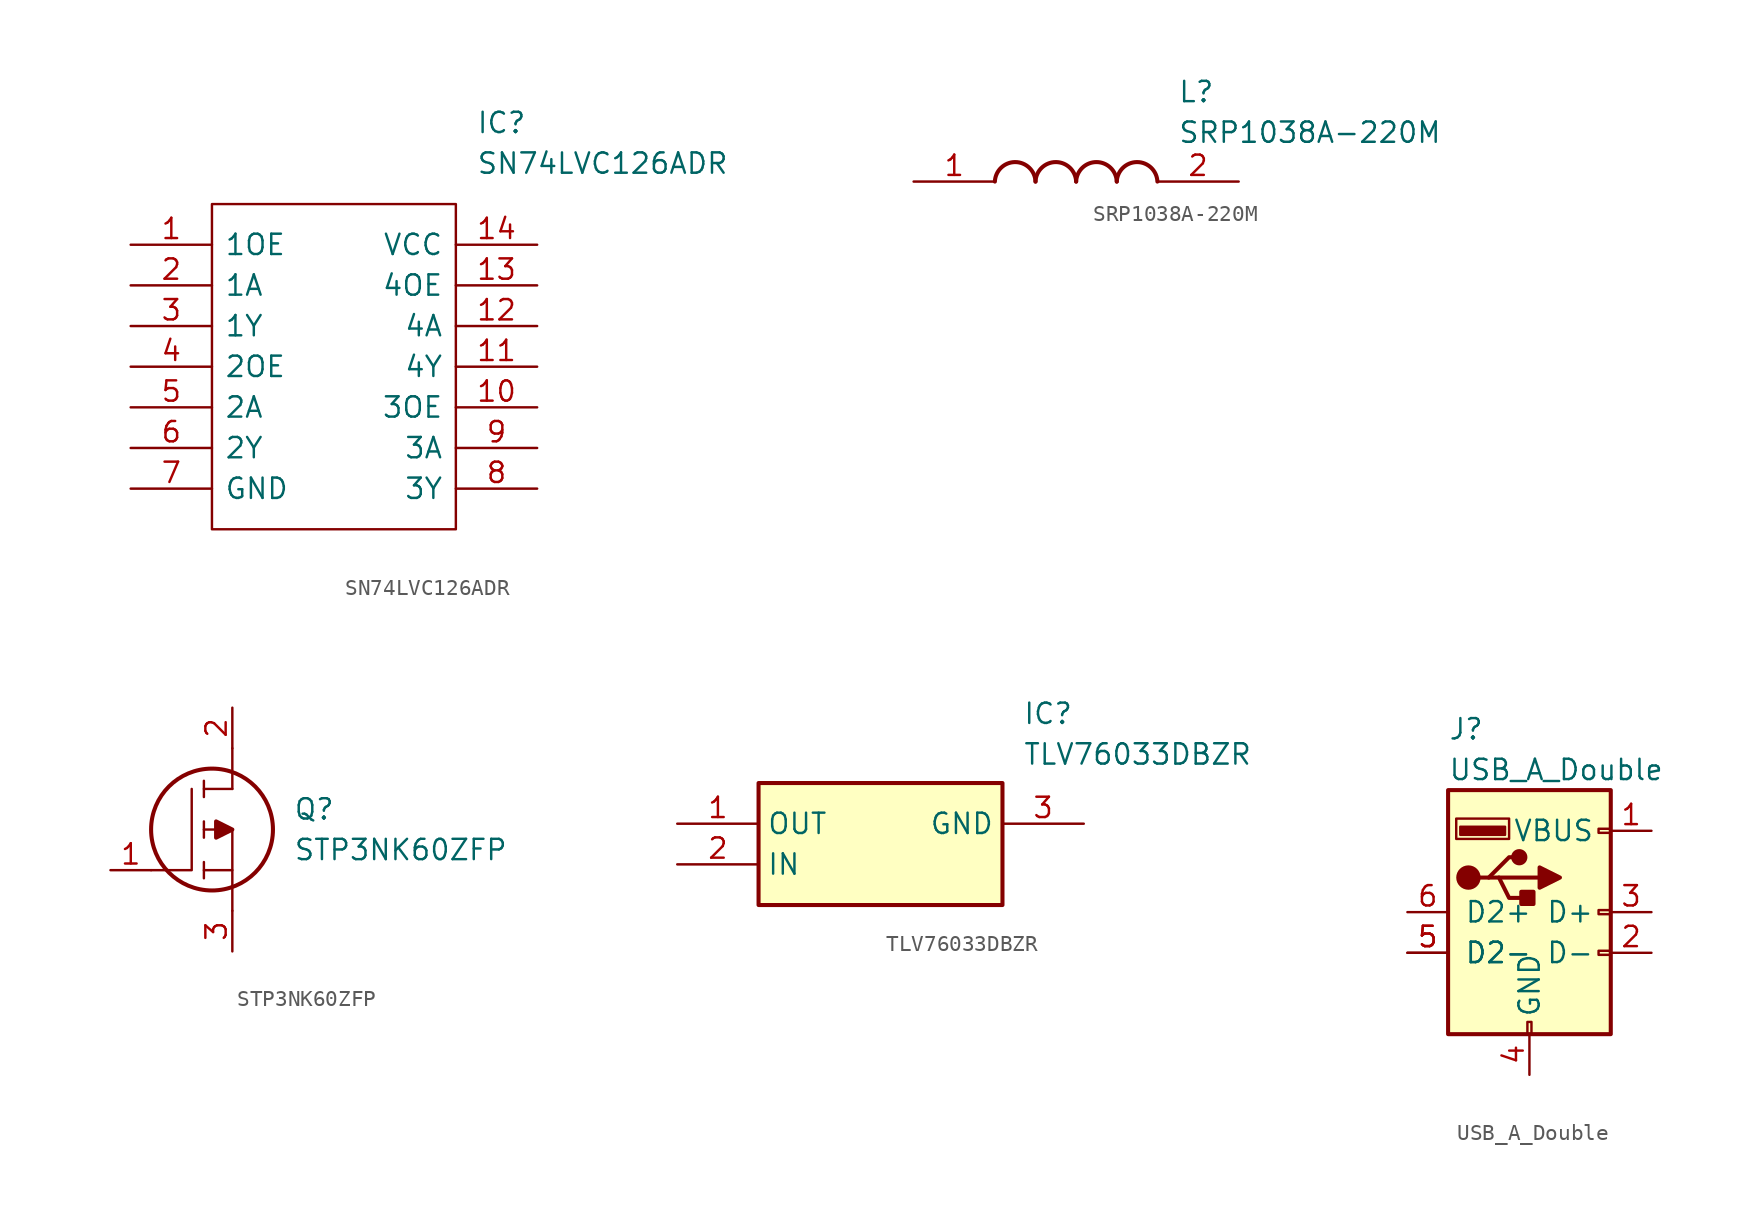
<source format=kicad_sym>
(kicad_symbol_lib
  (version 20231120)
  (generator "kicad_symbol_editor")
  (generator_version "8.0")
  (symbol "SN74LVC126ADR"
    (pin_names
      (offset 0.762))
    (property "Reference" "IC"
      (at 21.59 7.62 0)
      (effects (font (size 1.27 1.27)) (justify left)))
    (property "Value" "SN74LVC126ADR"
      (at 21.59 5.08 0)
      (effects (font (size 1.27 1.27)) (justify left)))
    (symbol "SN74LVC126ADR_0_0"
      (pin passive line (at 0 0 0) (length 5.08) (name "1OE" (effects (font (size 1.27 1.27)))) (number "1" (effects (font (size 1.27 1.27)))))
      (pin passive line (at 25.4 -10.16 180) (length 5.08) (name "3OE" (effects (font (size 1.27 1.27)))) (number "10" (effects (font (size 1.27 1.27)))))
      (pin passive line (at 25.4 -7.62 180) (length 5.08) (name "4Y" (effects (font (size 1.27 1.27)))) (number "11" (effects (font (size 1.27 1.27)))))
      (pin passive line (at 25.4 -5.08 180) (length 5.08) (name "4A" (effects (font (size 1.27 1.27)))) (number "12" (effects (font (size 1.27 1.27)))))
      (pin passive line (at 25.4 -2.54 180) (length 5.08) (name "4OE" (effects (font (size 1.27 1.27)))) (number "13" (effects (font (size 1.27 1.27)))))
      (pin passive line (at 25.4 0 180) (length 5.08) (name "VCC" (effects (font (size 1.27 1.27)))) (number "14" (effects (font (size 1.27 1.27)))))
      (pin passive line (at 0 -2.54 0) (length 5.08) (name "1A" (effects (font (size 1.27 1.27)))) (number "2" (effects (font (size 1.27 1.27)))))
      (pin passive line (at 0 -5.08 0) (length 5.08) (name "1Y" (effects (font (size 1.27 1.27)))) (number "3" (effects (font (size 1.27 1.27)))))
      (pin passive line (at 0 -7.62 0) (length 5.08) (name "2OE" (effects (font (size 1.27 1.27)))) (number "4" (effects (font (size 1.27 1.27)))))
      (pin passive line (at 0 -10.16 0) (length 5.08) (name "2A" (effects (font (size 1.27 1.27)))) (number "5" (effects (font (size 1.27 1.27)))))
      (pin passive line (at 0 -12.7 0) (length 5.08) (name "2Y" (effects (font (size 1.27 1.27)))) (number "6" (effects (font (size 1.27 1.27)))))
      (pin passive line (at 0 -15.24 0) (length 5.08) (name "GND" (effects (font (size 1.27 1.27)))) (number "7" (effects (font (size 1.27 1.27)))))
      (pin passive line (at 25.4 -15.24 180) (length 5.08) (name "3Y" (effects (font (size 1.27 1.27)))) (number "8" (effects (font (size 1.27 1.27)))))
      (pin passive line (at 25.4 -12.7 180) (length 5.08) (name "3A" (effects (font (size 1.27 1.27)))) (number "9" (effects (font (size 1.27 1.27))))))
    (symbol "SN74LVC126ADR_0_1"
      (polyline (pts (xy 5.08 2.54) (xy 20.32 2.54) (xy 20.32 -17.78) (xy 5.08 -17.78) (xy 5.08 2.54)) (stroke (width 0.152) (type default)) (fill (type none)))))
  (symbol "SRP1038A-220M"
    (pin_names hide)
    (property "Reference" "L"
      (at 16.51 6.35 0)
      (effects (font (size 1.27 1.27)) (justify left top)))
    (property "Value" "SRP1038A-220M"
      (at 16.51 3.81 0)
      (effects (font (size 1.27 1.27)) (justify left top)))
    (symbol "SRP1038A-220M_1_1"
      (arc (start 7.62 0) (mid 6.35 1.219) (end 5.08 0) (stroke (width 0.254) (type default)) (fill (type none)))
      (arc (start 10.16 0) (mid 8.89 1.219) (end 7.62 0) (stroke (width 0.254) (type default)) (fill (type none)))
      (arc (start 12.7 0) (mid 11.43 1.219) (end 10.16 0) (stroke (width 0.254) (type default)) (fill (type none)))
      (arc (start 15.24 0) (mid 13.97 1.219) (end 12.7 0) (stroke (width 0.254) (type default)) (fill (type none)))
      (pin passive line (at 0 0 0) (length 5.08) (name "1" (effects (font (size 1.27 1.27)))) (number "1" (effects (font (size 1.27 1.27)))))
      (pin passive line (at 20.32 0 180) (length 5.08) (name "2" (effects (font (size 1.27 1.27)))) (number "2" (effects (font (size 1.27 1.27)))))))
  (symbol "STP3NK60ZFP"
    (pin_names
      (offset 0.762))
    (property "Reference" "Q"
      (at 11.43 3.81 0)
      (effects (font (size 1.27 1.27)) (justify left)))
    (property "Value" "STP3NK60ZFP"
      (at 11.43 1.27 0)
      (effects (font (size 1.27 1.27)) (justify left)))
    (symbol "STP3NK60ZFP_0_0"
      (pin passive line (at 0 0 0) (length 2.54) (name "~" (effects (font (size 1.27 1.27)))) (number "1" (effects (font (size 1.27 1.27)))))
      (pin passive line (at 7.62 10.16 270) (length 2.54) (name "~" (effects (font (size 1.27 1.27)))) (number "2" (effects (font (size 1.27 1.27)))))
      (pin passive line (at 7.62 -5.08 90) (length 2.54) (name "~" (effects (font (size 1.27 1.27)))) (number "3" (effects (font (size 1.27 1.27))))))
    (symbol "STP3NK60ZFP_0_1"
      (polyline (pts (xy 5.842 -0.508) (xy 5.842 0.508)) (stroke (width 0.152) (type default)) (fill (type none)))
      (polyline (pts (xy 5.842 0) (xy 7.62 0)) (stroke (width 0.152) (type default)) (fill (type none)))
      (polyline (pts (xy 5.842 2.032) (xy 5.842 3.048)) (stroke (width 0.152) (type default)) (fill (type none)))
      (polyline (pts (xy 5.842 5.588) (xy 5.842 4.572)) (stroke (width 0.152) (type default)) (fill (type none)))
      (polyline (pts (xy 7.62 2.54) (xy 5.842 2.54)) (stroke (width 0.152) (type default)) (fill (type none)))
      (polyline (pts (xy 7.62 2.54) (xy 7.62 -2.54)) (stroke (width 0.152) (type default)) (fill (type none)))
      (polyline (pts (xy 7.62 5.08) (xy 5.842 5.08)) (stroke (width 0.152) (type default)) (fill (type none)))
      (polyline (pts (xy 7.62 5.08) (xy 7.62 7.62)) (stroke (width 0.152) (type default)) (fill (type none)))
      (polyline (pts (xy 2.54 0) (xy 5.08 0) (xy 5.08 5.08)) (stroke (width 0.152) (type default)) (fill (type none)))
      (polyline (pts (xy 7.62 2.54) (xy 6.604 3.048) (xy 6.604 2.032) (xy 7.62 2.54)) (stroke (width 0.254) (type default)) (fill (type outline)))
      (circle (center 6.35 2.54) (radius 3.81) (stroke (width 0.254) (type default)) (fill (type none)))))
  (symbol "TLV76033DBZR"
    (property "Reference" "IC"
      (at 21.59 7.62 0)
      (effects (font (size 1.27 1.27)) (justify left top)))
    (property "Value" "TLV76033DBZR"
      (at 21.59 5.08 0)
      (effects (font (size 1.27 1.27)) (justify left top)))
    (rectangle
      (start 5.08 2.54)
      (end 20.32 -5.08)
      (stroke (width 0.254) (type default))
      (fill (type background)))
    (pin passive line
      (at 0 0 0)
      (length 5.08)
      (name "OUT" (effects (font (size 1.27 1.27))))
      (number "1" (effects (font (size 1.27 1.27)))))
    (pin passive line
      (at 0 -2.54 0)
      (length 5.08)
      (name "IN" (effects (font (size 1.27 1.27))))
      (number "2" (effects (font (size 1.27 1.27)))))
    (pin passive line
      (at 25.4 0 180)
      (length 5.08)
      (name "GND" (effects (font (size 1.27 1.27))))
      (number "3" (effects (font (size 1.27 1.27))))))
  (symbol "USB_A_Double"
    (pin_names
      (offset 1.016))
    (property "Reference" "J"
      (at -5.08 11.43 0)
      (effects (font (size 1.27 1.27)) (justify left)))
    (property "Value" "USB_A_Double"
      (at -5.08 8.89 0)
      (effects (font (size 1.27 1.27)) (justify left)))
    (symbol "USB_A_Double_0_1"
      (rectangle (start -5.08 -7.62) (end 5.08 7.62) (stroke (width 0.254) (type default)) (fill (type background)))
      (circle (center -3.81 2.159) (radius 0.635) (stroke (width 0.254) (type default)) (fill (type outline)))
      (rectangle (start -1.524 4.826) (end -4.318 5.334) (stroke (width 0) (type default)) (fill (type outline)))
      (rectangle (start -1.27 4.572) (end -4.572 5.842) (stroke (width 0) (type default)) (fill (type none)))
      (circle (center -0.635 3.429) (radius 0.381) (stroke (width 0.254) (type default)) (fill (type outline)))
      (rectangle (start -0.127 -7.62) (end 0.127 -6.858) (stroke (width 0) (type default)) (fill (type none)))
      (polyline (pts (xy -3.175 2.159) (xy -2.54 2.159) (xy -1.27 3.429) (xy -0.635 3.429)) (stroke (width 0.254) (type default)) (fill (type none)))
      (polyline (pts (xy -2.54 2.159) (xy -1.905 2.159) (xy -1.27 0.889) (xy 0 0.889)) (stroke (width 0.254) (type default)) (fill (type none)))
      (polyline (pts (xy 0.635 2.794) (xy 0.635 1.524) (xy 1.905 2.159) (xy 0.635 2.794)) (stroke (width 0.254) (type default)) (fill (type outline)))
      (rectangle (start 0.254 1.27) (end -0.508 0.508) (stroke (width 0.254) (type default)) (fill (type outline)))
      (rectangle (start 5.08 -2.667) (end 4.318 -2.413) (stroke (width 0) (type default)) (fill (type none)))
      (rectangle (start 5.08 -0.127) (end 4.318 0.127) (stroke (width 0) (type default)) (fill (type none)))
      (rectangle (start 5.08 4.953) (end 4.318 5.207) (stroke (width 0) (type default)) (fill (type none))))
    (symbol "USB_A_Double_1_1"
      (polyline (pts (xy -1.905 2.159) (xy 0.635 2.159)) (stroke (width 0.254) (type default)) (fill (type none)))
      (pin power_in line (at 7.62 5.08 180) (length 2.54) (name "VBUS" (effects (font (size 1.27 1.27)))) (number "1" (effects (font (size 1.27 1.27)))))
      (pin passive line (at 7.62 -2.54 180) (length 2.54) (name "D-" (effects (font (size 1.27 1.27)))) (number "2" (effects (font (size 1.27 1.27)))))
      (pin passive line (at 7.62 0 180) (length 2.54) (name "D+" (effects (font (size 1.27 1.27)))) (number "3" (effects (font (size 1.27 1.27)))))
      (pin power_in line (at 0 -10.16 90) (length 2.54) (name "GND" (effects (font (size 1.27 1.27)))) (number "4" (effects (font (size 1.27 1.27)))))
      (pin passive line (at -7.62 -2.54 0) (length 2.54) (name "D2-" (effects (font (size 1.27 1.27)))) (number "5" (effects (font (size 1.27 1.27)))))
      (pin passive line (at -7.62 -2.54 0) (length 2.54) (name "D2-" (effects (font (size 1.27 1.27)))) (number "5" (effects (font (size 1.27 1.27)))))
      (pin passive line (at -7.62 0 0) (length 2.54) (name "D2+" (effects (font (size 1.27 1.27)))) (number "6" (effects (font (size 1.27 1.27))))))))
</source>
